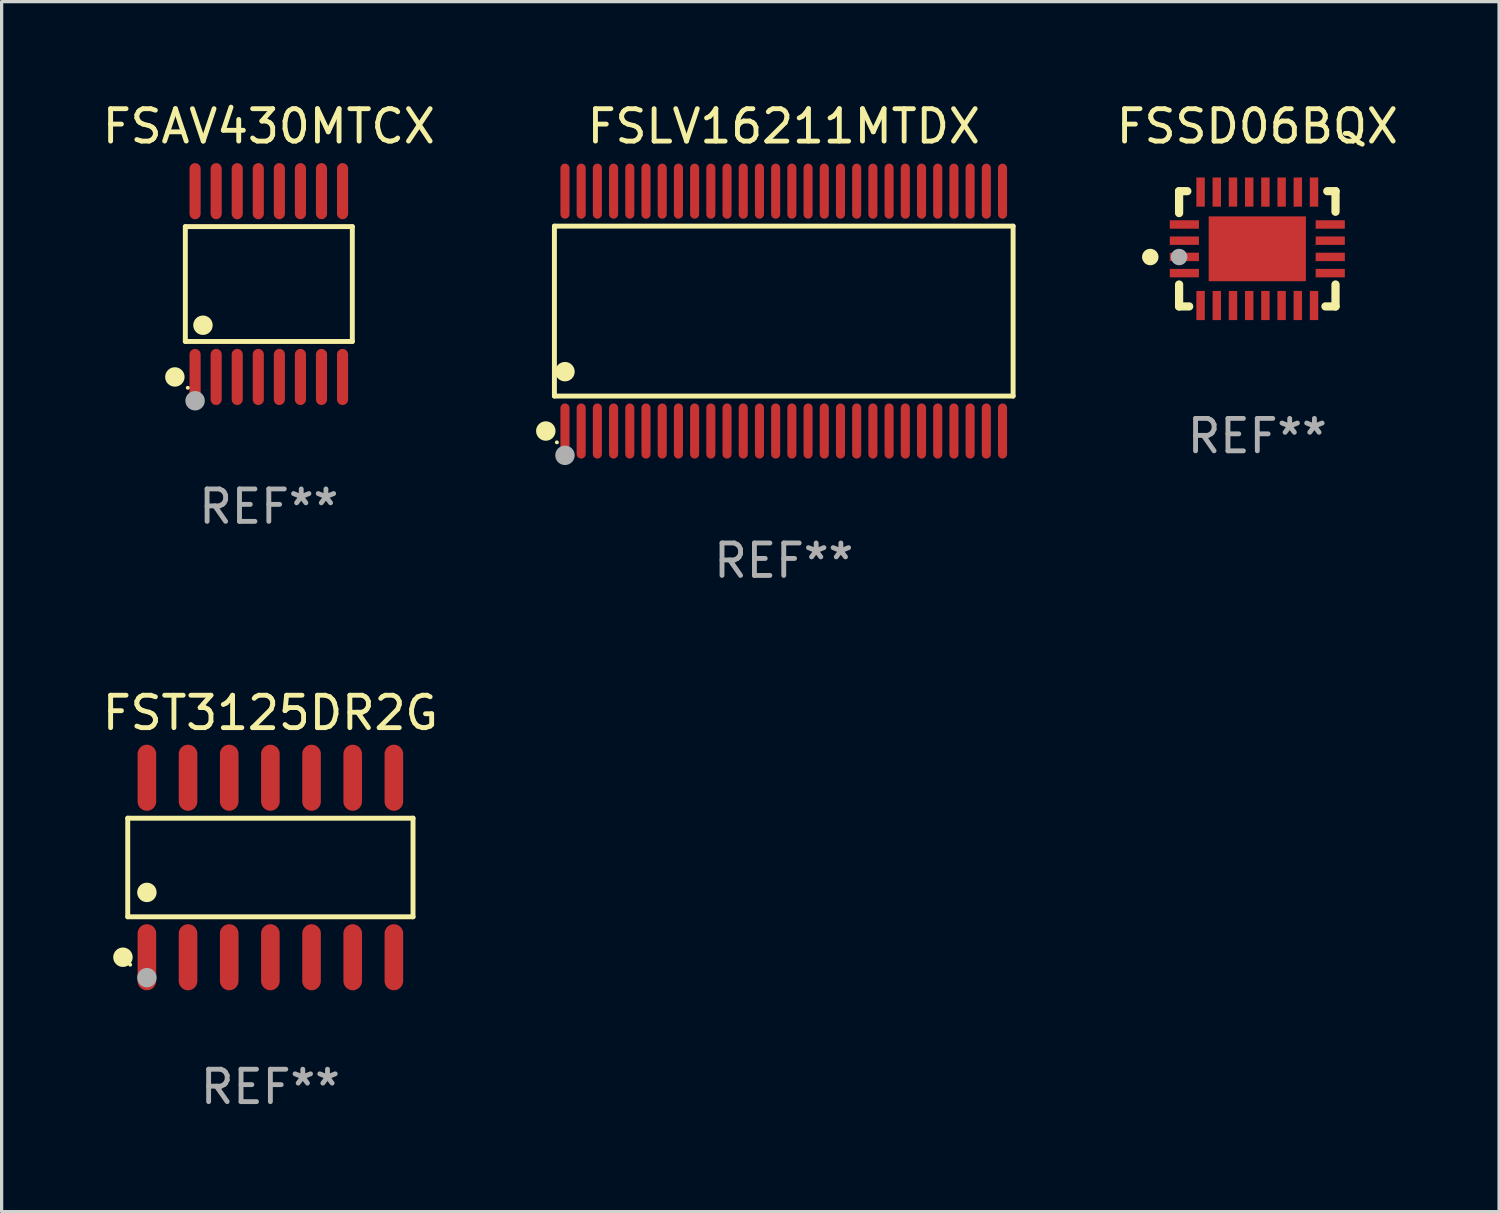
<source format=kicad_pcb>
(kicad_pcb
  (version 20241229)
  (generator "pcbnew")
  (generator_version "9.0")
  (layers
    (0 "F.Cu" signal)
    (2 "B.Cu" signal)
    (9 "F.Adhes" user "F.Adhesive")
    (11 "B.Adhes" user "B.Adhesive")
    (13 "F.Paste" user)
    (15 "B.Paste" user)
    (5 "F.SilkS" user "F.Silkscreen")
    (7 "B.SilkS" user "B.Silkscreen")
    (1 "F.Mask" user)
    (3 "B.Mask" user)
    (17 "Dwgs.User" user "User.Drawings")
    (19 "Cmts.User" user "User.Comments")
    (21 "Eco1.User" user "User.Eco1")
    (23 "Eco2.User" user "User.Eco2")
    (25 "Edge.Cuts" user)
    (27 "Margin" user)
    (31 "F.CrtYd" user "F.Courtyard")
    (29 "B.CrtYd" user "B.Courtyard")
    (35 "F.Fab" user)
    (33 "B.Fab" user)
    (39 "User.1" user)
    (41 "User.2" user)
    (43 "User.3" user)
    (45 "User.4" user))
  (footprint "FSAV430MTCX"
    (layer "F.Cu")
    (at 5.244 5.714)
    (property "Reference" "FSAV430MTCX" (at 0 -4.866 0) (layer "F.SilkS") (effects (font (size 1 1) (thickness 0.15))))
    (attr through_hole)
    (fp_line (start -2.576 -1.772) (end 2.576 -1.772) (stroke (width 0.152) (type solid)) (layer "F.SilkS"))
    (fp_line (start -2.576 1.771) (end -2.576 -1.772) (stroke (width 0.152) (type solid)) (layer "F.SilkS"))
    (fp_line (start 2.576 -1.772) (end 2.576 1.771) (stroke (width 0.152) (type solid)) (layer "F.SilkS"))
    (fp_line (start 2.576 1.771) (end -2.576 1.771) (stroke (width 0.152) (type solid)) (layer "F.SilkS"))
    (fp_circle (center -2.899 2.866) (end -2.749 2.866) (stroke (width 0.3) (type solid)) (fill no) (layer "F.SilkS"))
    (fp_circle (center -2.5 3.2) (end -2.47 3.2) (stroke (width 0.06) (type solid)) (fill no) (layer "F.SilkS"))
    (fp_circle (center -2.032 1.27) (end -1.882 1.27) (stroke (width 0.3) (type solid)) (fill no) (layer "F.SilkS"))
    (fp_circle (center -2.275 3.6) (end -2.125 3.6) (stroke (width 0.3) (type solid)) (fill no) (layer "F.Fab"))
    (fp_text user "REF**" (at 0 6.866 0) (layer "F.Fab") (effects (font (size 1 1) (thickness 0.15))))
    (pad "1" smd oval (at -2.275 2.866) (size 0.343 1.731) (layers "F.Cu" "F.Mask" "F.Paste"))
    (pad "2" smd oval (at -1.625 2.866) (size 0.343 1.731) (layers "F.Cu" "F.Mask" "F.Paste"))
    (pad "3" smd oval (at -0.975 2.866) (size 0.343 1.731) (layers "F.Cu" "F.Mask" "F.Paste"))
    (pad "4" smd oval (at -0.325 2.866) (size 0.343 1.731) (layers "F.Cu" "F.Mask" "F.Paste"))
    (pad "5" smd oval (at 0.325 2.866) (size 0.343 1.731) (layers "F.Cu" "F.Mask" "F.Paste"))
    (pad "6" smd oval (at 0.975 2.866) (size 0.343 1.731) (layers "F.Cu" "F.Mask" "F.Paste"))
    (pad "7" smd oval (at 1.625 2.866) (size 0.343 1.731) (layers "F.Cu" "F.Mask" "F.Paste"))
    (pad "8" smd oval (at 2.275 2.866) (size 0.343 1.731) (layers "F.Cu" "F.Mask" "F.Paste"))
    (pad "9" smd oval (at 2.275 -2.866) (size 0.343 1.731) (layers "F.Cu" "F.Mask" "F.Paste"))
    (pad "10" smd oval (at 1.625 -2.866) (size 0.343 1.731) (layers "F.Cu" "F.Mask" "F.Paste"))
    (pad "11" smd oval (at 0.975 -2.866) (size 0.343 1.731) (layers "F.Cu" "F.Mask" "F.Paste"))
    (pad "12" smd oval (at 0.325 -2.866) (size 0.343 1.731) (layers "F.Cu" "F.Mask" "F.Paste"))
    (pad "13" smd oval (at -0.325 -2.866) (size 0.343 1.731) (layers "F.Cu" "F.Mask" "F.Paste"))
    (pad "14" smd oval (at -0.975 -2.866) (size 0.343 1.731) (layers "F.Cu" "F.Mask" "F.Paste"))
    (pad "15" smd oval (at -1.625 -2.866) (size 0.343 1.731) (layers "F.Cu" "F.Mask" "F.Paste"))
    (pad "16" smd oval (at -2.275 -2.866) (size 0.343 1.731) (layers "F.Cu" "F.Mask" "F.Paste")))
  (footprint "FST3125DR2G"
    (layer "F.Cu")
    (at 5.292 23.714)
    (property "Reference" "FST3125DR2G" (at 0 -4.769 0) (layer "F.SilkS") (effects (font (size 1 1) (thickness 0.15))))
    (attr through_hole)
    (fp_line (start -4.401 -1.521) (end 4.401 -1.521) (stroke (width 0.152) (type solid)) (layer "F.SilkS"))
    (fp_line (start -4.401 1.521) (end -4.401 -1.521) (stroke (width 0.152) (type solid)) (layer "F.SilkS"))
    (fp_line (start 4.401 -1.521) (end 4.401 1.521) (stroke (width 0.152) (type solid)) (layer "F.SilkS"))
    (fp_line (start 4.401 1.521) (end -4.401 1.521) (stroke (width 0.152) (type solid)) (layer "F.SilkS"))
    (fp_circle (center -4.549 2.769) (end -4.399 2.769) (stroke (width 0.3) (type solid)) (fill no) (layer "F.SilkS"))
    (fp_circle (center -4.325 3) (end -4.295 3) (stroke (width 0.06) (type solid)) (fill no) (layer "F.SilkS"))
    (fp_circle (center -3.81 0.769) (end -3.66 0.769) (stroke (width 0.3) (type solid)) (fill no) (layer "F.SilkS"))
    (fp_circle (center -3.81 3.4) (end -3.66 3.4) (stroke (width 0.3) (type solid)) (fill no) (layer "F.Fab"))
    (fp_text user "REF**" (at 0 6.769 0) (layer "F.Fab") (effects (font (size 1 1) (thickness 0.15))))
    (pad "1" smd oval (at -3.81 2.769) (size 0.574 2.038) (layers "F.Cu" "F.Mask" "F.Paste"))
    (pad "2" smd oval (at -2.54 2.769) (size 0.574 2.038) (layers "F.Cu" "F.Mask" "F.Paste"))
    (pad "3" smd oval (at -1.27 2.769) (size 0.574 2.038) (layers "F.Cu" "F.Mask" "F.Paste"))
    (pad "4" smd oval (at 0 2.769) (size 0.574 2.038) (layers "F.Cu" "F.Mask" "F.Paste"))
    (pad "5" smd oval (at 1.27 2.769) (size 0.574 2.038) (layers "F.Cu" "F.Mask" "F.Paste"))
    (pad "6" smd oval (at 2.54 2.769) (size 0.574 2.038) (layers "F.Cu" "F.Mask" "F.Paste"))
    (pad "7" smd oval (at 3.81 2.769) (size 0.574 2.038) (layers "F.Cu" "F.Mask" "F.Paste"))
    (pad "8" smd oval (at 3.81 -2.769) (size 0.574 2.038) (layers "F.Cu" "F.Mask" "F.Paste"))
    (pad "9" smd oval (at 2.54 -2.769) (size 0.574 2.038) (layers "F.Cu" "F.Mask" "F.Paste"))
    (pad "10" smd oval (at 1.27 -2.769) (size 0.574 2.038) (layers "F.Cu" "F.Mask" "F.Paste"))
    (pad "11" smd oval (at 0 -2.769) (size 0.574 2.038) (layers "F.Cu" "F.Mask" "F.Paste"))
    (pad "12" smd oval (at -1.27 -2.769) (size 0.574 2.038) (layers "F.Cu" "F.Mask" "F.Paste"))
    (pad "13" smd oval (at -2.54 -2.769) (size 0.574 2.038) (layers "F.Cu" "F.Mask" "F.Paste"))
    (pad "14" smd oval (at -3.81 -2.769) (size 0.574 2.038) (layers "F.Cu" "F.Mask" "F.Paste")))
  (footprint "FSLV16211MTDX"
    (layer "F.Cu")
    (at 21.131 6.548)
    (property "Reference" "FSLV16211MTDX" (at 0 -5.7 0) (layer "F.SilkS") (effects (font (size 1 1) (thickness 0.15))))
    (attr through_hole)
    (fp_line (start -7.076 -2.621) (end 7.076 -2.621) (stroke (width 0.152) (type solid)) (layer "F.SilkS"))
    (fp_line (start -7.076 2.621) (end -7.076 -2.621) (stroke (width 0.152) (type solid)) (layer "F.SilkS"))
    (fp_line (start 7.076 -2.621) (end 7.076 2.621) (stroke (width 0.152) (type solid)) (layer "F.SilkS"))
    (fp_line (start 7.076 2.621) (end -7.076 2.621) (stroke (width 0.152) (type solid)) (layer "F.SilkS"))
    (fp_circle (center -7.342 3.7) (end -7.192 3.7) (stroke (width 0.3) (type solid)) (fill no) (layer "F.SilkS"))
    (fp_circle (center -7 4.05) (end -6.97 4.05) (stroke (width 0.06) (type solid)) (fill no) (layer "F.SilkS"))
    (fp_circle (center -6.75 1.869) (end -6.6 1.869) (stroke (width 0.3) (type solid)) (fill no) (layer "F.SilkS"))
    (fp_circle (center -6.75 4.45) (end -6.6 4.45) (stroke (width 0.3) (type solid)) (fill no) (layer "F.Fab"))
    (fp_text user "REF**" (at 0 7.7 0) (layer "F.Fab") (effects (font (size 1 1) (thickness 0.15))))
    (pad "1" smd oval (at -6.75 3.7) (size 0.28 1.7) (layers "F.Cu" "F.Mask" "F.Paste"))
    (pad "2" smd oval (at -6.25 3.7) (size 0.28 1.7) (layers "F.Cu" "F.Mask" "F.Paste"))
    (pad "3" smd oval (at -5.75 3.7) (size 0.28 1.7) (layers "F.Cu" "F.Mask" "F.Paste"))
    (pad "4" smd oval (at -5.25 3.7) (size 0.28 1.7) (layers "F.Cu" "F.Mask" "F.Paste"))
    (pad "5" smd oval (at -4.75 3.7) (size 0.28 1.7) (layers "F.Cu" "F.Mask" "F.Paste"))
    (pad "6" smd oval (at -4.25 3.7) (size 0.28 1.7) (layers "F.Cu" "F.Mask" "F.Paste"))
    (pad "7" smd oval (at -3.75 3.7) (size 0.28 1.7) (layers "F.Cu" "F.Mask" "F.Paste"))
    (pad "8" smd oval (at -3.25 3.7) (size 0.28 1.7) (layers "F.Cu" "F.Mask" "F.Paste"))
    (pad "9" smd oval (at -2.75 3.7) (size 0.28 1.7) (layers "F.Cu" "F.Mask" "F.Paste"))
    (pad "10" smd oval (at -2.25 3.7) (size 0.28 1.7) (layers "F.Cu" "F.Mask" "F.Paste"))
    (pad "11" smd oval (at -1.75 3.7) (size 0.28 1.7) (layers "F.Cu" "F.Mask" "F.Paste"))
    (pad "12" smd oval (at -1.25 3.7) (size 0.28 1.7) (layers "F.Cu" "F.Mask" "F.Paste"))
    (pad "13" smd oval (at -0.75 3.7) (size 0.28 1.7) (layers "F.Cu" "F.Mask" "F.Paste"))
    (pad "14" smd oval (at -0.25 3.7) (size 0.28 1.7) (layers "F.Cu" "F.Mask" "F.Paste"))
    (pad "15" smd oval (at 0.25 3.7) (size 0.28 1.7) (layers "F.Cu" "F.Mask" "F.Paste"))
    (pad "16" smd oval (at 0.75 3.7) (size 0.28 1.7) (layers "F.Cu" "F.Mask" "F.Paste"))
    (pad "17" smd oval (at 1.25 3.7) (size 0.28 1.7) (layers "F.Cu" "F.Mask" "F.Paste"))
    (pad "18" smd oval (at 1.75 3.7) (size 0.28 1.7) (layers "F.Cu" "F.Mask" "F.Paste"))
    (pad "19" smd oval (at 2.25 3.7) (size 0.28 1.7) (layers "F.Cu" "F.Mask" "F.Paste"))
    (pad "20" smd oval (at 2.75 3.7) (size 0.28 1.7) (layers "F.Cu" "F.Mask" "F.Paste"))
    (pad "21" smd oval (at 3.25 3.7) (size 0.28 1.7) (layers "F.Cu" "F.Mask" "F.Paste"))
    (pad "22" smd oval (at 3.75 3.7) (size 0.28 1.7) (layers "F.Cu" "F.Mask" "F.Paste"))
    (pad "23" smd oval (at 4.25 3.7) (size 0.28 1.7) (layers "F.Cu" "F.Mask" "F.Paste"))
    (pad "24" smd oval (at 4.75 3.7) (size 0.28 1.7) (layers "F.Cu" "F.Mask" "F.Paste"))
    (pad "25" smd oval (at 5.25 3.7) (size 0.28 1.7) (layers "F.Cu" "F.Mask" "F.Paste"))
    (pad "26" smd oval (at 5.75 3.7) (size 0.28 1.7) (layers "F.Cu" "F.Mask" "F.Paste"))
    (pad "27" smd oval (at 6.25 3.7) (size 0.28 1.7) (layers "F.Cu" "F.Mask" "F.Paste"))
    (pad "28" smd oval (at 6.75 3.7) (size 0.28 1.7) (layers "F.Cu" "F.Mask" "F.Paste"))
    (pad "29" smd oval (at 6.75 -3.7) (size 0.28 1.7) (layers "F.Cu" "F.Mask" "F.Paste"))
    (pad "30" smd oval (at 6.25 -3.7) (size 0.28 1.7) (layers "F.Cu" "F.Mask" "F.Paste"))
    (pad "31" smd oval (at 5.75 -3.7) (size 0.28 1.7) (layers "F.Cu" "F.Mask" "F.Paste"))
    (pad "32" smd oval (at 5.25 -3.7) (size 0.28 1.7) (layers "F.Cu" "F.Mask" "F.Paste"))
    (pad "33" smd oval (at 4.75 -3.7) (size 0.28 1.7) (layers "F.Cu" "F.Mask" "F.Paste"))
    (pad "34" smd oval (at 4.25 -3.7) (size 0.28 1.7) (layers "F.Cu" "F.Mask" "F.Paste"))
    (pad "35" smd oval (at 3.75 -3.7) (size 0.28 1.7) (layers "F.Cu" "F.Mask" "F.Paste"))
    (pad "36" smd oval (at 3.25 -3.7) (size 0.28 1.7) (layers "F.Cu" "F.Mask" "F.Paste"))
    (pad "37" smd oval (at 2.75 -3.7) (size 0.28 1.7) (layers "F.Cu" "F.Mask" "F.Paste"))
    (pad "38" smd oval (at 2.25 -3.7) (size 0.28 1.7) (layers "F.Cu" "F.Mask" "F.Paste"))
    (pad "39" smd oval (at 1.75 -3.7) (size 0.28 1.7) (layers "F.Cu" "F.Mask" "F.Paste"))
    (pad "40" smd oval (at 1.25 -3.7) (size 0.28 1.7) (layers "F.Cu" "F.Mask" "F.Paste"))
    (pad "41" smd oval (at 0.75 -3.7) (size 0.28 1.7) (layers "F.Cu" "F.Mask" "F.Paste"))
    (pad "42" smd oval (at 0.25 -3.7) (size 0.28 1.7) (layers "F.Cu" "F.Mask" "F.Paste"))
    (pad "43" smd oval (at -0.25 -3.7) (size 0.28 1.7) (layers "F.Cu" "F.Mask" "F.Paste"))
    (pad "44" smd oval (at -0.75 -3.7) (size 0.28 1.7) (layers "F.Cu" "F.Mask" "F.Paste"))
    (pad "45" smd oval (at -1.25 -3.7) (size 0.28 1.7) (layers "F.Cu" "F.Mask" "F.Paste"))
    (pad "46" smd oval (at -1.75 -3.7) (size 0.28 1.7) (layers "F.Cu" "F.Mask" "F.Paste"))
    (pad "47" smd oval (at -2.25 -3.7) (size 0.28 1.7) (layers "F.Cu" "F.Mask" "F.Paste"))
    (pad "48" smd oval (at -2.75 -3.7) (size 0.28 1.7) (layers "F.Cu" "F.Mask" "F.Paste"))
    (pad "49" smd oval (at -3.25 -3.7) (size 0.28 1.7) (layers "F.Cu" "F.Mask" "F.Paste"))
    (pad "50" smd oval (at -3.75 -3.7) (size 0.28 1.7) (layers "F.Cu" "F.Mask" "F.Paste"))
    (pad "51" smd oval (at -4.25 -3.7) (size 0.28 1.7) (layers "F.Cu" "F.Mask" "F.Paste"))
    (pad "52" smd oval (at -4.75 -3.7) (size 0.28 1.7) (layers "F.Cu" "F.Mask" "F.Paste"))
    (pad "53" smd oval (at -5.25 -3.7) (size 0.28 1.7) (layers "F.Cu" "F.Mask" "F.Paste"))
    (pad "54" smd oval (at -5.75 -3.7) (size 0.28 1.7) (layers "F.Cu" "F.Mask" "F.Paste"))
    (pad "55" smd oval (at -6.25 -3.7) (size 0.28 1.7) (layers "F.Cu" "F.Mask" "F.Paste"))
    (pad "56" smd oval (at -6.75 -3.7) (size 0.28 1.7) (layers "F.Cu" "F.Mask" "F.Paste")))
  (footprint "FSSD06BQX"
    (layer "F.Cu")
    (at 35.741 4.626)
    (property "Reference" "FSSD06BQX" (at 0 -3.778 0) (layer "F.SilkS") (effects (font (size 1 1) (thickness 0.15))))
    (attr through_hole)
    (fp_line (start -2.413 -1.778) (end -2.413 -1.102) (stroke (width 0.254) (type solid)) (layer "F.SilkS"))
    (fp_line (start -2.413 1.102) (end -2.413 1.778) (stroke (width 0.254) (type solid)) (layer "F.SilkS"))
    (fp_line (start -2.413 1.778) (end -2.102 1.778) (stroke (width 0.254) (type solid)) (layer "F.SilkS"))
    (fp_line (start -2.159 -1.778) (end -2.413 -1.778) (stroke (width 0.254) (type solid)) (layer "F.SilkS"))
    (fp_line (start 2.102 1.778) (end 2.413 1.778) (stroke (width 0.254) (type solid)) (layer "F.SilkS"))
    (fp_line (start 2.159 -1.778) (end 2.413 -1.778) (stroke (width 0.254) (type solid)) (layer "F.SilkS"))
    (fp_line (start 2.413 -1.778) (end 2.413 -1.143) (stroke (width 0.254) (type solid)) (layer "F.SilkS"))
    (fp_line (start 2.413 1.778) (end 2.413 1.102) (stroke (width 0.254) (type solid)) (layer "F.SilkS"))
    (fp_circle (center -3.302 0.254) (end -3.175 0.254) (stroke (width 0.254) (type solid)) (fill no) (layer "F.SilkS"))
    (fp_circle (center -2.25 1.75) (end -2.22 1.75) (stroke (width 0.06) (type solid)) (fill no) (layer "F.SilkS"))
    (fp_circle (center -2.413 0.254) (end -2.286 0.254) (stroke (width 0.254) (type solid)) (fill no) (layer "F.Fab"))
    (fp_text user "REF**" (at 0 5.778 0) (layer "F.Fab") (effects (font (size 1 1) (thickness 0.15))))
    (pad "1" smd rect (at -2.25 0.25) (size 0.9 0.26) (layers "F.Cu" "F.Mask" "F.Paste"))
    (pad "2" smd rect (at -2.25 0.75) (size 0.9 0.26) (layers "F.Cu" "F.Mask" "F.Paste"))
    (pad "3" smd rect (at -1.75 1.75 90) (size 0.9 0.26) (layers "F.Cu" "F.Mask" "F.Paste"))
    (pad "4" smd rect (at -1.25 1.75 90) (size 0.9 0.26) (layers "F.Cu" "F.Mask" "F.Paste"))
    (pad "5" smd rect (at -0.75 1.75 90) (size 0.9 0.26) (layers "F.Cu" "F.Mask" "F.Paste"))
    (pad "6" smd rect (at -0.25 1.75 90) (size 0.9 0.26) (layers "F.Cu" "F.Mask" "F.Paste"))
    (pad "7" smd rect (at 0.25 1.75 90) (size 0.9 0.26) (layers "F.Cu" "F.Mask" "F.Paste"))
    (pad "8" smd rect (at 0.75 1.75 90) (size 0.9 0.26) (layers "F.Cu" "F.Mask" "F.Paste"))
    (pad "9" smd rect (at 1.25 1.75 90) (size 0.9 0.26) (layers "F.Cu" "F.Mask" "F.Paste"))
    (pad "10" smd rect (at 1.75 1.75 90) (size 0.9 0.26) (layers "F.Cu" "F.Mask" "F.Paste"))
    (pad "11" smd rect (at 2.25 0.75 180) (size 0.9 0.26) (layers "F.Cu" "F.Mask" "F.Paste"))
    (pad "12" smd rect (at 2.25 0.25 180) (size 0.9 0.26) (layers "F.Cu" "F.Mask" "F.Paste"))
    (pad "13" smd rect (at 2.25 -0.25 180) (size 0.9 0.26) (layers "F.Cu" "F.Mask" "F.Paste"))
    (pad "14" smd rect (at 2.25 -0.75 180) (size 0.9 0.26) (layers "F.Cu" "F.Mask" "F.Paste"))
    (pad "15" smd rect (at 1.75 -1.75 270) (size 0.9 0.26) (layers "F.Cu" "F.Mask" "F.Paste"))
    (pad "16" smd rect (at 1.25 -1.75 270) (size 0.9 0.26) (layers "F.Cu" "F.Mask" "F.Paste"))
    (pad "17" smd rect (at 0.75 -1.75 270) (size 0.9 0.26) (layers "F.Cu" "F.Mask" "F.Paste"))
    (pad "18" smd rect (at 0.25 -1.75 270) (size 0.9 0.26) (layers "F.Cu" "F.Mask" "F.Paste"))
    (pad "19" smd rect (at -0.25 -1.75 270) (size 0.9 0.26) (layers "F.Cu" "F.Mask" "F.Paste"))
    (pad "20" smd rect (at -0.75 -1.75 270) (size 0.9 0.26) (layers "F.Cu" "F.Mask" "F.Paste"))
    (pad "21" smd rect (at -1.25 -1.75 270) (size 0.9 0.26) (layers "F.Cu" "F.Mask" "F.Paste"))
    (pad "22" smd rect (at -1.75 -1.75 270) (size 0.9 0.26) (layers "F.Cu" "F.Mask" "F.Paste"))
    (pad "23" smd rect (at -2.25 -0.75) (size 0.9 0.26) (layers "F.Cu" "F.Mask" "F.Paste"))
    (pad "24" smd rect (at -2.25 -0.25) (size 0.9 0.26) (layers "F.Cu" "F.Mask" "F.Paste"))
    (pad "25" smd rect (at 0.000051 0.000051) (size 3 2) (layers "F.Cu" "F.Mask" "F.Paste")))
  (gr_rect
    (start -3 -3)
    (end 43.2 34.331)
    (stroke (width 0.1) (type default))
    (fill no)
    (layer "Edge.Cuts")))
</source>
